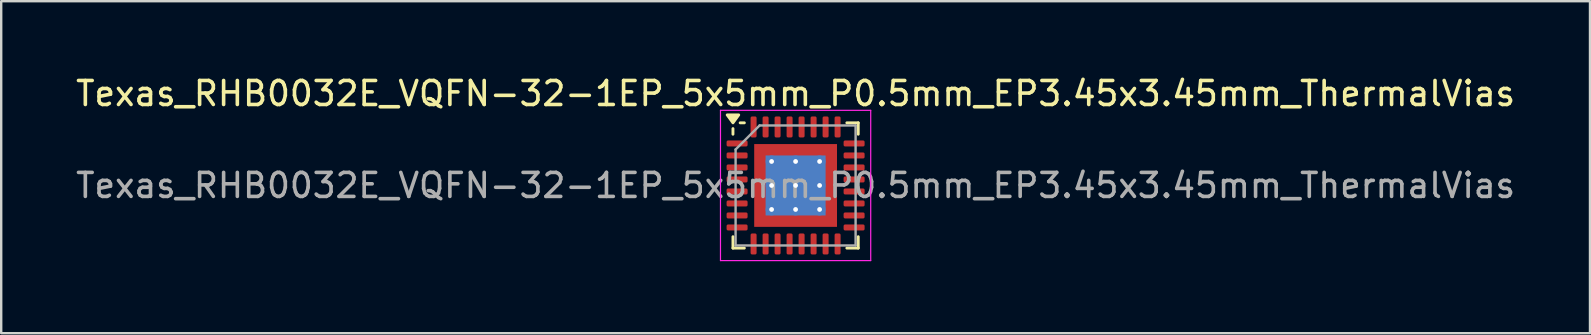
<source format=kicad_pcb>
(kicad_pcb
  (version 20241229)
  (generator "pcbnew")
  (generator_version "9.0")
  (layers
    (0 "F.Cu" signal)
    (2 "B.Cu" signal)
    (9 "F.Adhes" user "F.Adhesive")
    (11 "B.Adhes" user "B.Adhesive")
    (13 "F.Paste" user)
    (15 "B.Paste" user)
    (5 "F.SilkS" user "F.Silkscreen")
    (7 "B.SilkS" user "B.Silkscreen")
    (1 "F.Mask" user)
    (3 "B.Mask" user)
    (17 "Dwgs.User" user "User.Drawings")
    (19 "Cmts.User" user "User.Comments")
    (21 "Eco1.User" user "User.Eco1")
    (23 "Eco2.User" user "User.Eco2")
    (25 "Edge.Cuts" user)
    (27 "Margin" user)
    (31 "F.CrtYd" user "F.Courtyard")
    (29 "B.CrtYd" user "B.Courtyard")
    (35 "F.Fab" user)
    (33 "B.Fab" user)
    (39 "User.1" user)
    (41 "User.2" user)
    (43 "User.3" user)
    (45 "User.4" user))
  (footprint "Texas_RHB0032E_VQFN-32-1EP_5x5mm_P0.5mm_EP3.45x3.45mm_ThermalVias"
    (layer "F.Cu")
    (at 30.101 4.678)
    (property "Reference" "Texas_RHB0032E_VQFN-32-1EP_5x5mm_P0.5mm_EP3.45x3.45mm_ThermalVias" (at 0 -3.83 0) (layer "F.SilkS") (effects (font (size 1 1) (thickness 0.15))))
    (attr smd)
    (fp_line (start -2.61 -2.135) (end -2.61 -2.37) (stroke (width 0.12) (type solid)) (layer "F.SilkS"))
    (fp_line (start -2.61 2.61) (end -2.61 2.135) (stroke (width 0.12) (type solid)) (layer "F.SilkS"))
    (fp_line (start -2.135 -2.61) (end -2.31 -2.61) (stroke (width 0.12) (type solid)) (layer "F.SilkS"))
    (fp_line (start -2.135 2.61) (end -2.61 2.61) (stroke (width 0.12) (type solid)) (layer "F.SilkS"))
    (fp_line (start 2.135 -2.61) (end 2.61 -2.61) (stroke (width 0.12) (type solid)) (layer "F.SilkS"))
    (fp_line (start 2.135 2.61) (end 2.61 2.61) (stroke (width 0.12) (type solid)) (layer "F.SilkS"))
    (fp_line (start 2.61 -2.61) (end 2.61 -2.135) (stroke (width 0.12) (type solid)) (layer "F.SilkS"))
    (fp_line (start 2.61 2.61) (end 2.61 2.135) (stroke (width 0.12) (type solid)) (layer "F.SilkS"))
    (fp_poly (pts (xy -2.61 -2.61) (xy -2.85 -2.94) (xy -2.37 -2.94) (xy -2.61 -2.61)) (stroke (width 0.12) (type solid)) (fill yes) (layer "F.SilkS"))
    (fp_line (start -3.13 -3.13) (end -3.13 3.13) (stroke (width 0.05) (type solid)) (layer "F.CrtYd"))
    (fp_line (start -3.13 3.13) (end 3.13 3.13) (stroke (width 0.05) (type solid)) (layer "F.CrtYd"))
    (fp_line (start 3.13 -3.13) (end -3.13 -3.13) (stroke (width 0.05) (type solid)) (layer "F.CrtYd"))
    (fp_line (start 3.13 3.13) (end 3.13 -3.13) (stroke (width 0.05) (type solid)) (layer "F.CrtYd"))
    (fp_line (start -2.5 -1.5) (end -1.5 -2.5) (stroke (width 0.1) (type solid)) (layer "F.Fab"))
    (fp_line (start -2.5 2.5) (end -2.5 -1.5) (stroke (width 0.1) (type solid)) (layer "F.Fab"))
    (fp_line (start -1.5 -2.5) (end 2.5 -2.5) (stroke (width 0.1) (type solid)) (layer "F.Fab"))
    (fp_line (start 2.5 -2.5) (end 2.5 2.5) (stroke (width 0.1) (type solid)) (layer "F.Fab"))
    (fp_line (start 2.5 2.5) (end -2.5 2.5) (stroke (width 0.1) (type solid)) (layer "F.Fab"))
    (fp_text user "${REFERENCE}" (at 0 0 0) (layer "F.Fab") (effects (font (size 1 1) (thickness 0.15))))
    (pad "" smd custom (at -1.363 -1.363) (size 0.484 0.484) (layers "F.Paste") (options (anchor circle)) (primitives (gr_poly (pts (xy -0.192 -0.192) (xy 0.192 -0.192) (xy 0.192 0.108) (xy 0.108 0.192) (xy -0.192 0.192)) (width 0.201) (fill yes))))
    (pad "" smd custom (at -1.363 -0.5) (size 0.503 0.503) (layers "F.Paste") (options (anchor circle)) (primitives (gr_poly (pts (xy -0.21 -0.321) (xy 0.143 -0.321) (xy 0.21 -0.254) (xy 0.21 0.254) (xy 0.143 0.321) (xy -0.21 0.321)) (width 0.164) (fill yes))))
    (pad "" smd custom (at -1.363 0.5) (size 0.503 0.503) (layers "F.Paste") (options (anchor circle)) (primitives (gr_poly (pts (xy -0.21 -0.321) (xy 0.143 -0.321) (xy 0.21 -0.254) (xy 0.21 0.254) (xy 0.143 0.321) (xy -0.21 0.321)) (width 0.164) (fill yes))))
    (pad "" smd custom (at -1.363 1.363) (size 0.484 0.484) (layers "F.Paste") (options (anchor circle)) (primitives (gr_poly (pts (xy -0.192 -0.192) (xy 0.108 -0.192) (xy 0.192 -0.108) (xy 0.192 0.192) (xy -0.192 0.192)) (width 0.201) (fill yes))))
    (pad "" smd custom (at -0.5 -1.363) (size 0.503 0.503) (layers "F.Paste") (options (anchor circle)) (primitives (gr_poly (pts (xy -0.321 -0.21) (xy 0.321 -0.21) (xy 0.321 0.143) (xy 0.254 0.21) (xy -0.254 0.21) (xy -0.321 0.143)) (width 0.164) (fill yes))))
    (pad "" smd roundrect (at -0.5 -0.5) (size 0.806 0.806) (layers "F.Paste") (roundrect_rratio 0.25))
    (pad "" smd roundrect (at -0.5 0.5) (size 0.806 0.806) (layers "F.Paste") (roundrect_rratio 0.25))
    (pad "" smd custom (at -0.5 1.363) (size 0.503 0.503) (layers "F.Paste") (options (anchor circle)) (primitives (gr_poly (pts (xy -0.321 -0.143) (xy -0.254 -0.21) (xy 0.254 -0.21) (xy 0.321 -0.143) (xy 0.321 0.21) (xy -0.321 0.21)) (width 0.164) (fill yes))))
    (pad "" smd custom (at 0.5 -1.363) (size 0.503 0.503) (layers "F.Paste") (options (anchor circle)) (primitives (gr_poly (pts (xy -0.321 -0.21) (xy 0.321 -0.21) (xy 0.321 0.143) (xy 0.254 0.21) (xy -0.254 0.21) (xy -0.321 0.143)) (width 0.164) (fill yes))))
    (pad "" smd roundrect (at 0.5 -0.5) (size 0.806 0.806) (layers "F.Paste") (roundrect_rratio 0.25))
    (pad "" smd roundrect (at 0.5 0.5) (size 0.806 0.806) (layers "F.Paste") (roundrect_rratio 0.25))
    (pad "" smd custom (at 0.5 1.363) (size 0.503 0.503) (layers "F.Paste") (options (anchor circle)) (primitives (gr_poly (pts (xy -0.321 -0.143) (xy -0.254 -0.21) (xy 0.254 -0.21) (xy 0.321 -0.143) (xy 0.321 0.21) (xy -0.321 0.21)) (width 0.164) (fill yes))))
    (pad "" smd custom (at 1.363 -1.363) (size 0.484 0.484) (layers "F.Paste") (options (anchor circle)) (primitives (gr_poly (pts (xy -0.192 -0.192) (xy 0.192 -0.192) (xy 0.192 0.192) (xy -0.108 0.192) (xy -0.192 0.108)) (width 0.201) (fill yes))))
    (pad "" smd custom (at 1.363 -0.5) (size 0.503 0.503) (layers "F.Paste") (options (anchor circle)) (primitives (gr_poly (pts (xy -0.21 -0.254) (xy -0.143 -0.321) (xy 0.21 -0.321) (xy 0.21 0.321) (xy -0.143 0.321) (xy -0.21 0.254)) (width 0.164) (fill yes))))
    (pad "" smd custom (at 1.363 0.5) (size 0.503 0.503) (layers "F.Paste") (options (anchor circle)) (primitives (gr_poly (pts (xy -0.21 -0.254) (xy -0.143 -0.321) (xy 0.21 -0.321) (xy 0.21 0.321) (xy -0.143 0.321) (xy -0.21 0.254)) (width 0.164) (fill yes))))
    (pad "" smd custom (at 1.363 1.363) (size 0.484 0.484) (layers "F.Paste") (options (anchor circle)) (primitives (gr_poly (pts (xy -0.192 -0.108) (xy -0.108 -0.192) (xy 0.192 -0.192) (xy 0.192 0.192) (xy -0.192 0.192)) (width 0.201) (fill yes))))
    (pad "1" smd roundrect (at -2.438 -1.75) (size 0.875 0.25) (layers "F.Cu" "F.Mask" "F.Paste") (roundrect_rratio 0.25))
    (pad "2" smd roundrect (at -2.438 -1.25) (size 0.875 0.25) (layers "F.Cu" "F.Mask" "F.Paste") (roundrect_rratio 0.25))
    (pad "3" smd roundrect (at -2.438 -0.75) (size 0.875 0.25) (layers "F.Cu" "F.Mask" "F.Paste") (roundrect_rratio 0.25))
    (pad "4" smd roundrect (at -2.438 -0.25) (size 0.875 0.25) (layers "F.Cu" "F.Mask" "F.Paste") (roundrect_rratio 0.25))
    (pad "5" smd roundrect (at -2.438 0.25) (size 0.875 0.25) (layers "F.Cu" "F.Mask" "F.Paste") (roundrect_rratio 0.25))
    (pad "6" smd roundrect (at -2.438 0.75) (size 0.875 0.25) (layers "F.Cu" "F.Mask" "F.Paste") (roundrect_rratio 0.25))
    (pad "7" smd roundrect (at -2.438 1.25) (size 0.875 0.25) (layers "F.Cu" "F.Mask" "F.Paste") (roundrect_rratio 0.25))
    (pad "8" smd roundrect (at -2.438 1.75) (size 0.875 0.25) (layers "F.Cu" "F.Mask" "F.Paste") (roundrect_rratio 0.25))
    (pad "9" smd roundrect (at -1.75 2.438) (size 0.25 0.875) (layers "F.Cu" "F.Mask" "F.Paste") (roundrect_rratio 0.25))
    (pad "10" smd roundrect (at -1.25 2.438) (size 0.25 0.875) (layers "F.Cu" "F.Mask" "F.Paste") (roundrect_rratio 0.25))
    (pad "11" smd roundrect (at -0.75 2.438) (size 0.25 0.875) (layers "F.Cu" "F.Mask" "F.Paste") (roundrect_rratio 0.25))
    (pad "12" smd roundrect (at -0.25 2.438) (size 0.25 0.875) (layers "F.Cu" "F.Mask" "F.Paste") (roundrect_rratio 0.25))
    (pad "13" smd roundrect (at 0.25 2.438) (size 0.25 0.875) (layers "F.Cu" "F.Mask" "F.Paste") (roundrect_rratio 0.25))
    (pad "14" smd roundrect (at 0.75 2.438) (size 0.25 0.875) (layers "F.Cu" "F.Mask" "F.Paste") (roundrect_rratio 0.25))
    (pad "15" smd roundrect (at 1.25 2.438) (size 0.25 0.875) (layers "F.Cu" "F.Mask" "F.Paste") (roundrect_rratio 0.25))
    (pad "16" smd roundrect (at 1.75 2.438) (size 0.25 0.875) (layers "F.Cu" "F.Mask" "F.Paste") (roundrect_rratio 0.25))
    (pad "17" smd roundrect (at 2.438 1.75) (size 0.875 0.25) (layers "F.Cu" "F.Mask" "F.Paste") (roundrect_rratio 0.25))
    (pad "18" smd roundrect (at 2.438 1.25) (size 0.875 0.25) (layers "F.Cu" "F.Mask" "F.Paste") (roundrect_rratio 0.25))
    (pad "19" smd roundrect (at 2.438 0.75) (size 0.875 0.25) (layers "F.Cu" "F.Mask" "F.Paste") (roundrect_rratio 0.25))
    (pad "20" smd roundrect (at 2.438 0.25) (size 0.875 0.25) (layers "F.Cu" "F.Mask" "F.Paste") (roundrect_rratio 0.25))
    (pad "21" smd roundrect (at 2.438 -0.25) (size 0.875 0.25) (layers "F.Cu" "F.Mask" "F.Paste") (roundrect_rratio 0.25))
    (pad "22" smd roundrect (at 2.438 -0.75) (size 0.875 0.25) (layers "F.Cu" "F.Mask" "F.Paste") (roundrect_rratio 0.25))
    (pad "23" smd roundrect (at 2.438 -1.25) (size 0.875 0.25) (layers "F.Cu" "F.Mask" "F.Paste") (roundrect_rratio 0.25))
    (pad "24" smd roundrect (at 2.438 -1.75) (size 0.875 0.25) (layers "F.Cu" "F.Mask" "F.Paste") (roundrect_rratio 0.25))
    (pad "25" smd roundrect (at 1.75 -2.438) (size 0.25 0.875) (layers "F.Cu" "F.Mask" "F.Paste") (roundrect_rratio 0.25))
    (pad "26" smd roundrect (at 1.25 -2.438) (size 0.25 0.875) (layers "F.Cu" "F.Mask" "F.Paste") (roundrect_rratio 0.25))
    (pad "27" smd roundrect (at 0.75 -2.438) (size 0.25 0.875) (layers "F.Cu" "F.Mask" "F.Paste") (roundrect_rratio 0.25))
    (pad "28" smd roundrect (at 0.25 -2.438) (size 0.25 0.875) (layers "F.Cu" "F.Mask" "F.Paste") (roundrect_rratio 0.25))
    (pad "29" smd roundrect (at -0.25 -2.438) (size 0.25 0.875) (layers "F.Cu" "F.Mask" "F.Paste") (roundrect_rratio 0.25))
    (pad "30" smd roundrect (at -0.75 -2.438) (size 0.25 0.875) (layers "F.Cu" "F.Mask" "F.Paste") (roundrect_rratio 0.25))
    (pad "31" smd roundrect (at -1.25 -2.438) (size 0.25 0.875) (layers "F.Cu" "F.Mask" "F.Paste") (roundrect_rratio 0.25))
    (pad "32" smd roundrect (at -1.75 -2.438) (size 0.25 0.875) (layers "F.Cu" "F.Mask" "F.Paste") (roundrect_rratio 0.25))
    (pad "33" thru_hole circle (at -1 -1) (size 0.5 0.5) (drill 0.2) (property pad_prop_heatsink) (layers "*.Cu"))
    (pad "33" thru_hole circle (at -1 0) (size 0.5 0.5) (drill 0.2) (property pad_prop_heatsink) (layers "*.Cu"))
    (pad "33" thru_hole circle (at -1 1) (size 0.5 0.5) (drill 0.2) (property pad_prop_heatsink) (layers "*.Cu"))
    (pad "33" thru_hole circle (at 0 -1) (size 0.5 0.5) (drill 0.2) (property pad_prop_heatsink) (layers "*.Cu"))
    (pad "33" thru_hole circle (at 0 0) (size 0.5 0.5) (drill 0.2) (property pad_prop_heatsink) (layers "*.Cu"))
    (pad "33" smd rect (at 0 0) (size 2.5 2.5) (property pad_prop_heatsink) (layers "B.Cu"))
    (pad "33" smd rect (at 0 0) (size 3.45 3.45) (property pad_prop_heatsink) (layers "F.Cu" "F.Mask"))
    (pad "33" thru_hole circle (at 0 1) (size 0.5 0.5) (drill 0.2) (property pad_prop_heatsink) (layers "*.Cu"))
    (pad "33" thru_hole circle (at 1 -1) (size 0.5 0.5) (drill 0.2) (property pad_prop_heatsink) (layers "*.Cu"))
    (pad "33" thru_hole circle (at 1 0) (size 0.5 0.5) (drill 0.2) (property pad_prop_heatsink) (layers "*.Cu"))
    (pad "33" thru_hole circle (at 1 1) (size 0.5 0.5) (drill 0.2) (property pad_prop_heatsink) (layers "*.Cu")))
  (gr_rect
    (start -3 -3)
    (end 63.202 10.833)
    (stroke (width 0.1) (type default))
    (fill no)
    (layer "Edge.Cuts")))
</source>
